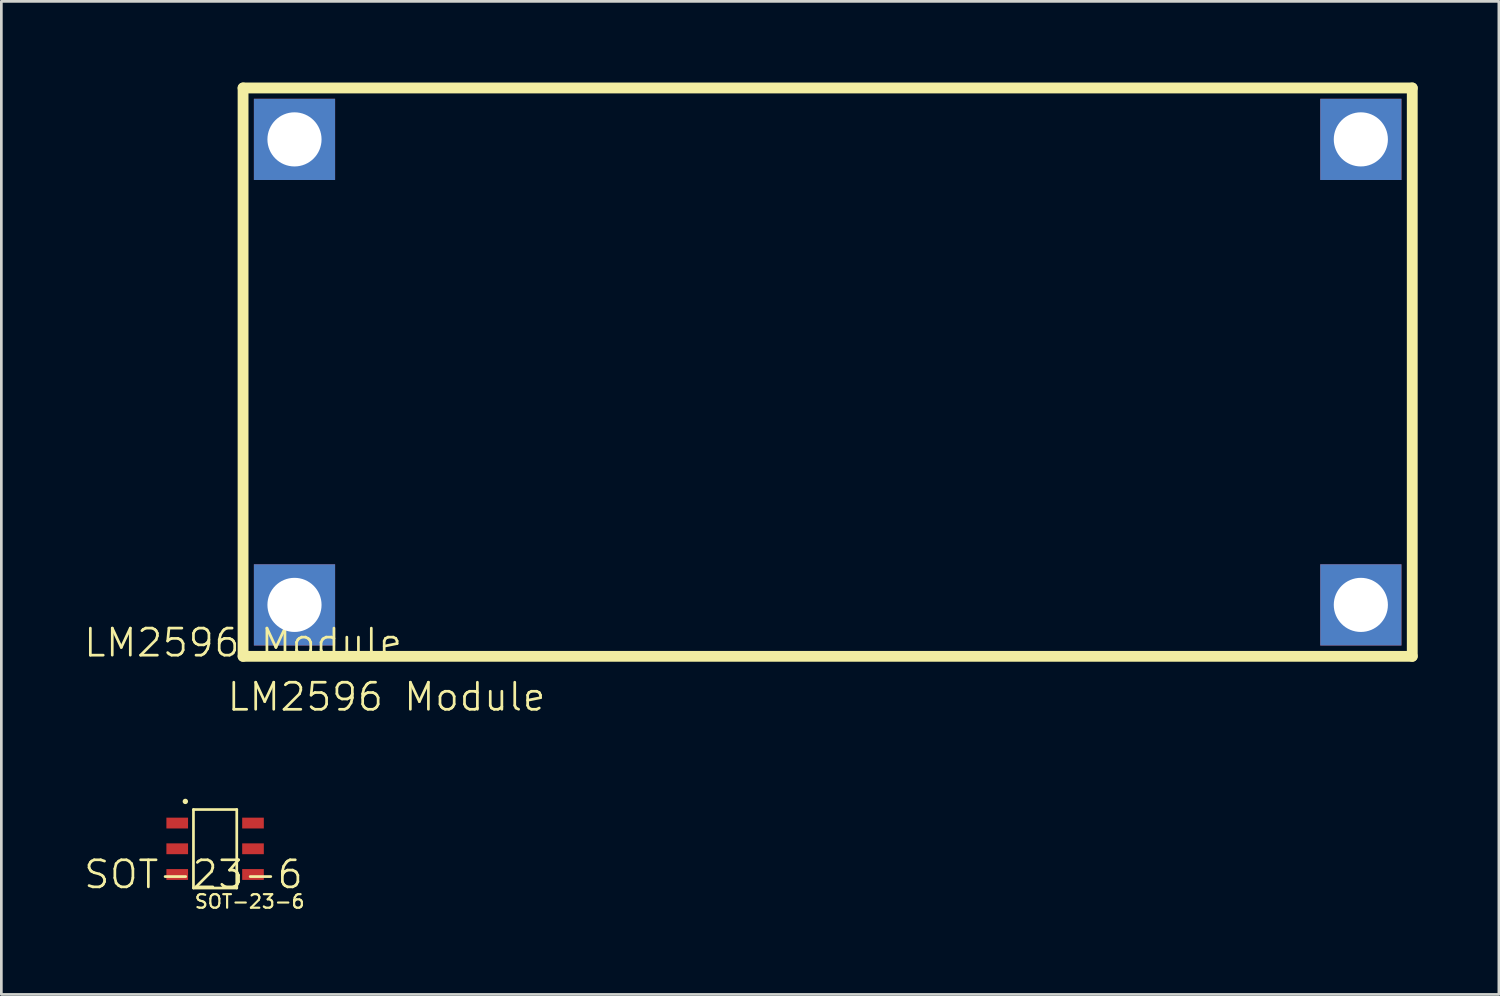
<source format=kicad_pcb>
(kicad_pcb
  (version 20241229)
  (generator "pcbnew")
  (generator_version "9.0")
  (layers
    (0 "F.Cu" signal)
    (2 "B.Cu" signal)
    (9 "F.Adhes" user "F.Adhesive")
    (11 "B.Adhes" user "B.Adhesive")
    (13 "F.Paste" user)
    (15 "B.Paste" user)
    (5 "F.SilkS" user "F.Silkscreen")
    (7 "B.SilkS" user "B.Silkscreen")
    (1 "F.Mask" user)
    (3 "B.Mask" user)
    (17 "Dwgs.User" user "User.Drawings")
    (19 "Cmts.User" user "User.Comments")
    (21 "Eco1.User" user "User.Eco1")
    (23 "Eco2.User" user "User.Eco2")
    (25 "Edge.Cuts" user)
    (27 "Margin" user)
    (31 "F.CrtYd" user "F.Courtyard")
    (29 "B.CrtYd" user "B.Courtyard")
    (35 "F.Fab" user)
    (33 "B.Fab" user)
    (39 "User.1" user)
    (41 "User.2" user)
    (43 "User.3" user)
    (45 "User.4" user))
  (footprint "LM2596 Module"
    (layer "F.Cu")
    (at 5.931 21.2)
    (property "Reference" "LM2596 Module" (at 0 -0.5 0) (unlocked yes) (layer "F.SilkS") (effects (font (size 1 1) (thickness 0.1))))
    (attr smd)
    (fp_line (start 0 -21) (end 43.2 -21) (stroke (width 0.4) (type solid)) (layer "F.SilkS"))
    (fp_line (start 0 0) (end 0 -21) (stroke (width 0.4) (type solid)) (layer "F.SilkS"))
    (fp_line (start 43.2 -21) (end 43.2 0) (stroke (width 0.4) (type solid)) (layer "F.SilkS"))
    (fp_line (start 43.2 0) (end 0 0) (stroke (width 0.4) (type solid)) (layer "F.SilkS"))
    (fp_text user "${REFERENCE}" (at 5.3 1.5 0) (unlocked yes) (layer "F.SilkS") (effects (font (size 1 1) (thickness 0.1))))
    (pad "1" thru_hole rect (at 1.9 -19.1) (size 3 3) (drill 2) (layers "*.Cu" "*.Mask"))
    (pad "2" thru_hole rect (at 1.9 -1.9) (size 3 3) (drill 2) (layers "*.Cu" "*.Mask"))
    (pad "3" thru_hole rect (at 41.3 -19.1) (size 3 3) (drill 2) (layers "*.Cu" "*.Mask"))
    (pad "4" thru_hole rect (at 41.3 -1.9) (size 3 3) (drill 2) (layers "*.Cu" "*.Mask")))
  (footprint "SOT-23-6"
    (layer "F.Cu")
    (at 4.098 29.761)
    (property "Reference" "SOT-23-6" (at 0 -0.5 0) (unlocked yes) (layer "F.SilkS") (effects (font (size 1 1) (thickness 0.1))))
    (attr smd)
    (fp_line (start 0 -2.9) (end 0 0) (stroke (width 0.1) (type default)) (layer "F.SilkS"))
    (fp_line (start 0 0) (end 1.6 0) (stroke (width 0.1) (type default)) (layer "F.SilkS"))
    (fp_line (start 1.6 -2.9) (end 0 -2.9) (stroke (width 0.1) (type default)) (layer "F.SilkS"))
    (fp_line (start 1.6 0) (end 1.6 -2.9) (stroke (width 0.1) (type default)) (layer "F.SilkS"))
    (fp_circle (center -0.3 -3.2) (end -0.25 -3.2) (stroke (width 0.1) (type solid)) (fill no) (layer "F.SilkS"))
    (fp_text user "${REFERENCE}" (at 0 0.5 0) (unlocked yes) (layer "F.SilkS") (effects (font (size 0.5 0.5) (thickness 0.08)) (justify left)))
    (pad "1" smd rect (at -0.6 -2.4) (size 0.8 0.4) (layers "F.Cu" "F.Mask" "F.Paste"))
    (pad "2" smd rect (at -0.6 -1.45) (size 0.8 0.4) (layers "F.Cu" "F.Mask" "F.Paste"))
    (pad "3" smd rect (at -0.6 -0.5) (size 0.8 0.4) (layers "F.Cu" "F.Mask" "F.Paste"))
    (pad "4" smd rect (at 2.2 -0.5) (size 0.8 0.4) (layers "F.Cu" "F.Mask" "F.Paste"))
    (pad "5" smd rect (at 2.2 -1.45) (size 0.8 0.4) (layers "F.Cu" "F.Mask" "F.Paste"))
    (pad "6" smd rect (at 2.2 -2.4) (size 0.8 0.4) (layers "F.Cu" "F.Mask" "F.Paste")))
  (gr_rect
    (start -3 -3)
    (end 52.331 33.693)
    (stroke (width 0.1) (type default))
    (fill no)
    (layer "Edge.Cuts")))
</source>
